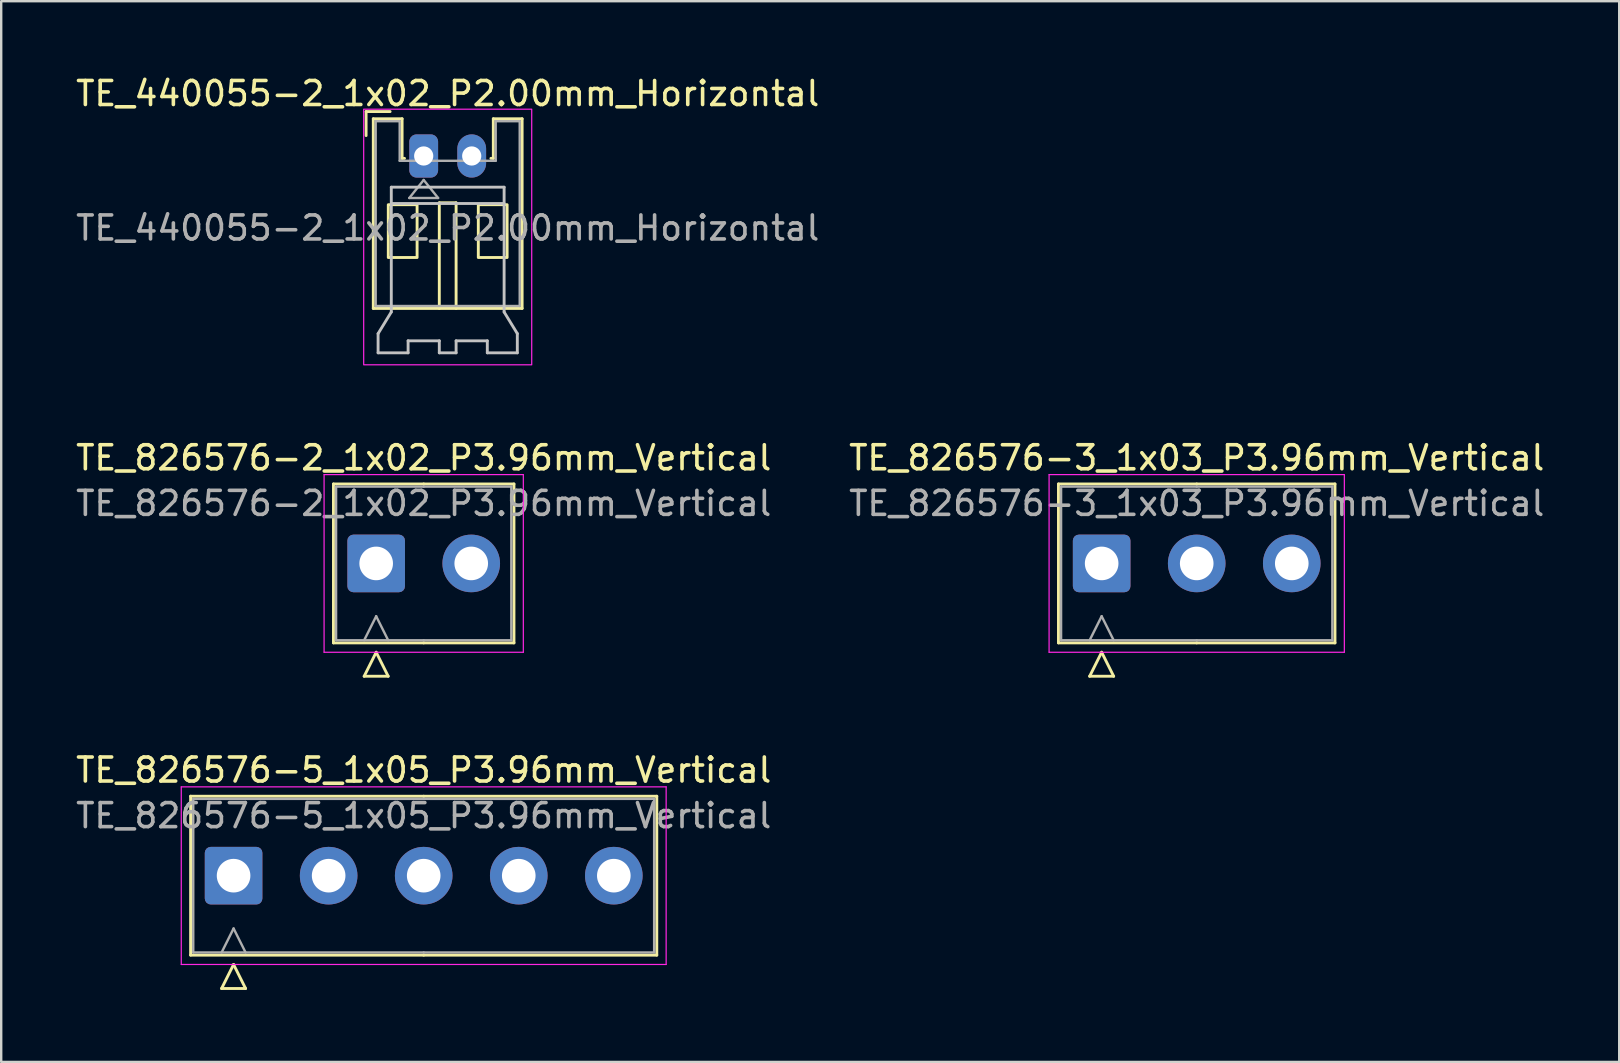
<source format=kicad_pcb>
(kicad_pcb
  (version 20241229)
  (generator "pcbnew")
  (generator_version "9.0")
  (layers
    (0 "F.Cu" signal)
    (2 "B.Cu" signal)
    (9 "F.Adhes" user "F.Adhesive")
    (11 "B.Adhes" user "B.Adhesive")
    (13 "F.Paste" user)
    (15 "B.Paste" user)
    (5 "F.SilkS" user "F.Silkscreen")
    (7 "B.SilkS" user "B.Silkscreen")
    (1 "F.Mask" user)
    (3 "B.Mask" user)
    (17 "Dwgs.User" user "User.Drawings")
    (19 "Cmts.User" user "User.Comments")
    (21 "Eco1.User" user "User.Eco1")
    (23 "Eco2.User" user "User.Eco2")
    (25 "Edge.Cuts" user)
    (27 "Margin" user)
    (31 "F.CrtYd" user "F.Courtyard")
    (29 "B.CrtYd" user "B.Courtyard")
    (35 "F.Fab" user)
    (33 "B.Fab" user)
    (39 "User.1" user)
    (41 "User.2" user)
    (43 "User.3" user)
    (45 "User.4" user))
  (footprint "TE_826576-3_1x03_P3.96mm_Vertical"
    (layer "F.Cu")
    (at 42.844 20.422)
    (property "Reference" "TE_826576-3_1x03_P3.96mm_Vertical" (at 3.96 -4.4 0) (layer "F.SilkS") (effects (font (size 1 1) (thickness 0.15))))
    (attr through_hole)
    (fp_line (start -1.8 -3.31) (end -1.8 3.31) (stroke (width 0.12) (type solid)) (layer "F.SilkS"))
    (fp_line (start -1.8 3.31) (end 3.96 3.31) (stroke (width 0.12) (type solid)) (layer "F.SilkS"))
    (fp_line (start -0.5 4.7) (end 0 3.7) (stroke (width 0.12) (type solid)) (layer "F.SilkS"))
    (fp_line (start 0 3.7) (end 0.5 4.7) (stroke (width 0.12) (type solid)) (layer "F.SilkS"))
    (fp_line (start 0.5 4.7) (end -0.5 4.7) (stroke (width 0.12) (type solid)) (layer "F.SilkS"))
    (fp_line (start 3.96 -3.31) (end -1.8 -3.31) (stroke (width 0.12) (type solid)) (layer "F.SilkS"))
    (fp_line (start 3.96 -3.31) (end 9.72 -3.31) (stroke (width 0.12) (type solid)) (layer "F.SilkS"))
    (fp_line (start 9.72 -3.31) (end 9.72 3.31) (stroke (width 0.12) (type solid)) (layer "F.SilkS"))
    (fp_line (start 9.72 3.31) (end 3.96 3.31) (stroke (width 0.12) (type solid)) (layer "F.SilkS"))
    (fp_line (start -2.19 -3.7) (end -2.19 3.7) (stroke (width 0.05) (type solid)) (layer "F.CrtYd"))
    (fp_line (start -2.19 3.7) (end 10.11 3.7) (stroke (width 0.05) (type solid)) (layer "F.CrtYd"))
    (fp_line (start 10.11 -3.7) (end -2.19 -3.7) (stroke (width 0.05) (type solid)) (layer "F.CrtYd"))
    (fp_line (start 10.11 3.7) (end 10.11 -3.7) (stroke (width 0.05) (type solid)) (layer "F.CrtYd"))
    (fp_line (start -1.69 -3.2) (end -1.69 3.2) (stroke (width 0.1) (type solid)) (layer "F.Fab"))
    (fp_line (start -1.69 3.2) (end 3.96 3.2) (stroke (width 0.1) (type solid)) (layer "F.Fab"))
    (fp_line (start -0.5 3.2) (end 0 2.2) (stroke (width 0.1) (type solid)) (layer "F.Fab"))
    (fp_line (start 0 2.2) (end 0.5 3.2) (stroke (width 0.1) (type solid)) (layer "F.Fab"))
    (fp_line (start 3.96 -3.2) (end -1.69 -3.2) (stroke (width 0.1) (type solid)) (layer "F.Fab"))
    (fp_line (start 3.96 -3.2) (end 9.61 -3.2) (stroke (width 0.1) (type solid)) (layer "F.Fab"))
    (fp_line (start 9.61 -3.2) (end 9.61 3.2) (stroke (width 0.1) (type solid)) (layer "F.Fab"))
    (fp_line (start 9.61 3.2) (end 3.96 3.2) (stroke (width 0.1) (type solid)) (layer "F.Fab"))
    (fp_text user "${REFERENCE}" (at 3.96 -2.5 0) (layer "F.Fab") (effects (font (size 1 1) (thickness 0.15))))
    (pad "1" thru_hole roundrect (at 0 0) (size 2.4 2.4) (drill 1.4) (layers "*.Cu" "*.Mask") (roundrect_rratio 0.104))
    (pad "2" thru_hole circle (at 3.96 0) (size 2.4 2.4) (drill 1.4) (layers "*.Cu" "*.Mask"))
    (pad "3" thru_hole circle (at 7.92 0) (size 2.4 2.4) (drill 1.4) (layers "*.Cu" "*.Mask")))
  (footprint "TE_826576-2_1x02_P3.96mm_Vertical"
    (layer "F.Cu")
    (at 12.621 20.422)
    (property "Reference" "TE_826576-2_1x02_P3.96mm_Vertical" (at 1.98 -4.4 0) (layer "F.SilkS") (effects (font (size 1 1) (thickness 0.15))))
    (attr through_hole)
    (fp_line (start -1.78 -3.31) (end -1.78 3.31) (stroke (width 0.12) (type solid)) (layer "F.SilkS"))
    (fp_line (start -1.78 3.31) (end 1.98 3.31) (stroke (width 0.12) (type solid)) (layer "F.SilkS"))
    (fp_line (start -0.5 4.7) (end 0 3.7) (stroke (width 0.12) (type solid)) (layer "F.SilkS"))
    (fp_line (start 0 3.7) (end 0.5 4.7) (stroke (width 0.12) (type solid)) (layer "F.SilkS"))
    (fp_line (start 0.5 4.7) (end -0.5 4.7) (stroke (width 0.12) (type solid)) (layer "F.SilkS"))
    (fp_line (start 1.98 -3.31) (end -1.78 -3.31) (stroke (width 0.12) (type solid)) (layer "F.SilkS"))
    (fp_line (start 1.98 -3.31) (end 5.74 -3.31) (stroke (width 0.12) (type solid)) (layer "F.SilkS"))
    (fp_line (start 5.74 -3.31) (end 5.74 3.31) (stroke (width 0.12) (type solid)) (layer "F.SilkS"))
    (fp_line (start 5.74 3.31) (end 1.98 3.31) (stroke (width 0.12) (type solid)) (layer "F.SilkS"))
    (fp_line (start -2.17 -3.7) (end -2.17 3.7) (stroke (width 0.05) (type solid)) (layer "F.CrtYd"))
    (fp_line (start -2.17 3.7) (end 6.13 3.7) (stroke (width 0.05) (type solid)) (layer "F.CrtYd"))
    (fp_line (start 6.13 -3.7) (end -2.17 -3.7) (stroke (width 0.05) (type solid)) (layer "F.CrtYd"))
    (fp_line (start 6.13 3.7) (end 6.13 -3.7) (stroke (width 0.05) (type solid)) (layer "F.CrtYd"))
    (fp_line (start -1.67 -3.2) (end -1.67 3.2) (stroke (width 0.1) (type solid)) (layer "F.Fab"))
    (fp_line (start -1.67 3.2) (end 1.98 3.2) (stroke (width 0.1) (type solid)) (layer "F.Fab"))
    (fp_line (start -0.5 3.2) (end 0 2.2) (stroke (width 0.1) (type solid)) (layer "F.Fab"))
    (fp_line (start 0 2.2) (end 0.5 3.2) (stroke (width 0.1) (type solid)) (layer "F.Fab"))
    (fp_line (start 1.98 -3.2) (end -1.67 -3.2) (stroke (width 0.1) (type solid)) (layer "F.Fab"))
    (fp_line (start 1.98 -3.2) (end 5.63 -3.2) (stroke (width 0.1) (type solid)) (layer "F.Fab"))
    (fp_line (start 5.63 -3.2) (end 5.63 3.2) (stroke (width 0.1) (type solid)) (layer "F.Fab"))
    (fp_line (start 5.63 3.2) (end 1.98 3.2) (stroke (width 0.1) (type solid)) (layer "F.Fab"))
    (fp_text user "${REFERENCE}" (at 1.98 -2.5 0) (layer "F.Fab") (effects (font (size 1 1) (thickness 0.15))))
    (pad "1" thru_hole roundrect (at 0 0) (size 2.4 2.4) (drill 1.4) (layers "*.Cu" "*.Mask") (roundrect_rratio 0.104))
    (pad "2" thru_hole circle (at 3.96 0) (size 2.4 2.4) (drill 1.4) (layers "*.Cu" "*.Mask")))
  (footprint "TE_826576-5_1x05_P3.96mm_Vertical"
    (layer "F.Cu")
    (at 6.681 33.43)
    (property "Reference" "TE_826576-5_1x05_P3.96mm_Vertical" (at 7.92 -4.4 0) (layer "F.SilkS") (effects (font (size 1 1) (thickness 0.15))))
    (attr through_hole)
    (fp_line (start -1.79 -3.31) (end -1.79 3.31) (stroke (width 0.12) (type solid)) (layer "F.SilkS"))
    (fp_line (start -1.79 3.31) (end 7.92 3.31) (stroke (width 0.12) (type solid)) (layer "F.SilkS"))
    (fp_line (start -0.5 4.7) (end 0 3.7) (stroke (width 0.12) (type solid)) (layer "F.SilkS"))
    (fp_line (start 0 3.7) (end 0.5 4.7) (stroke (width 0.12) (type solid)) (layer "F.SilkS"))
    (fp_line (start 0.5 4.7) (end -0.5 4.7) (stroke (width 0.12) (type solid)) (layer "F.SilkS"))
    (fp_line (start 7.92 -3.31) (end -1.79 -3.31) (stroke (width 0.12) (type solid)) (layer "F.SilkS"))
    (fp_line (start 7.92 -3.31) (end 17.63 -3.31) (stroke (width 0.12) (type solid)) (layer "F.SilkS"))
    (fp_line (start 17.63 -3.31) (end 17.63 3.31) (stroke (width 0.12) (type solid)) (layer "F.SilkS"))
    (fp_line (start 17.63 3.31) (end 7.92 3.31) (stroke (width 0.12) (type solid)) (layer "F.SilkS"))
    (fp_line (start -2.18 -3.7) (end -2.18 3.7) (stroke (width 0.05) (type solid)) (layer "F.CrtYd"))
    (fp_line (start -2.18 3.7) (end 18.02 3.7) (stroke (width 0.05) (type solid)) (layer "F.CrtYd"))
    (fp_line (start 18.02 -3.7) (end -2.18 -3.7) (stroke (width 0.05) (type solid)) (layer "F.CrtYd"))
    (fp_line (start 18.02 3.7) (end 18.02 -3.7) (stroke (width 0.05) (type solid)) (layer "F.CrtYd"))
    (fp_line (start -1.68 -3.2) (end -1.68 3.2) (stroke (width 0.1) (type solid)) (layer "F.Fab"))
    (fp_line (start -1.68 3.2) (end 7.92 3.2) (stroke (width 0.1) (type solid)) (layer "F.Fab"))
    (fp_line (start -0.5 3.2) (end 0 2.2) (stroke (width 0.1) (type solid)) (layer "F.Fab"))
    (fp_line (start 0 2.2) (end 0.5 3.2) (stroke (width 0.1) (type solid)) (layer "F.Fab"))
    (fp_line (start 7.92 -3.2) (end -1.68 -3.2) (stroke (width 0.1) (type solid)) (layer "F.Fab"))
    (fp_line (start 7.92 -3.2) (end 17.52 -3.2) (stroke (width 0.1) (type solid)) (layer "F.Fab"))
    (fp_line (start 17.52 -3.2) (end 17.52 3.2) (stroke (width 0.1) (type solid)) (layer "F.Fab"))
    (fp_line (start 17.52 3.2) (end 7.92 3.2) (stroke (width 0.1) (type solid)) (layer "F.Fab"))
    (fp_text user "${REFERENCE}" (at 7.92 -2.5 0) (layer "F.Fab") (effects (font (size 1 1) (thickness 0.15))))
    (pad "1" thru_hole roundrect (at 0 0) (size 2.4 2.4) (drill 1.4) (layers "*.Cu" "*.Mask") (roundrect_rratio 0.104))
    (pad "2" thru_hole circle (at 3.96 0) (size 2.4 2.4) (drill 1.4) (layers "*.Cu" "*.Mask"))
    (pad "3" thru_hole circle (at 7.92 0) (size 2.4 2.4) (drill 1.4) (layers "*.Cu" "*.Mask"))
    (pad "4" thru_hole circle (at 11.88 0) (size 2.4 2.4) (drill 1.4) (layers "*.Cu" "*.Mask"))
    (pad "5" thru_hole circle (at 15.84 0) (size 2.4 2.4) (drill 1.4) (layers "*.Cu" "*.Mask")))
  (footprint "TE_440055-2_1x02_P2.00mm_Horizontal"
    (layer "F.Cu")
    (at 14.601 3.448)
    (property "Reference" "TE_440055-2_1x02_P2.00mm_Horizontal" (at 1 -2.6 0) (unlocked yes) (layer "F.SilkS") (effects (font (size 1 1) (thickness 0.15))))
    (attr through_hole)
    (fp_line (start -2.4 -1.85) (end -2.4 -0.85) (stroke (width 0.12) (type solid)) (layer "F.SilkS"))
    (fp_line (start -2.4 -1.85) (end -1.4 -1.85) (stroke (width 0.12) (type solid)) (layer "F.SilkS"))
    (fp_line (start -2.1 -1.55) (end -2.1 6.35) (stroke (width 0.12) (type solid)) (layer "F.SilkS"))
    (fp_line (start -2.1 6.35) (end 4.1 6.35) (stroke (width 0.12) (type solid)) (layer "F.SilkS"))
    (fp_line (start -0.9 -1.55) (end -2.1 -1.55) (stroke (width 0.12) (type solid)) (layer "F.SilkS"))
    (fp_line (start -0.9 0.1) (end -0.9 -1.55) (stroke (width 0.12) (type solid)) (layer "F.SilkS"))
    (fp_line (start -0.8 0.1) (end -0.9 0.1) (stroke (width 0.12) (type solid)) (layer "F.SilkS"))
    (fp_line (start 0.65 1.95) (end 0.65 6.35) (stroke (width 0.12) (type solid)) (layer "F.SilkS"))
    (fp_line (start 0.65 1.95) (end 1.35 1.95) (stroke (width 0.12) (type solid)) (layer "F.SilkS"))
    (fp_line (start 1.35 1.95) (end 1.35 6.35) (stroke (width 0.12) (type solid)) (layer "F.SilkS"))
    (fp_line (start 2.9 -1.55) (end 2.9 0.1) (stroke (width 0.12) (type solid)) (layer "F.SilkS"))
    (fp_line (start 2.9 0.1) (end 2.8 0.1) (stroke (width 0.12) (type solid)) (layer "F.SilkS"))
    (fp_line (start 4.1 -1.55) (end 2.9 -1.55) (stroke (width 0.12) (type solid)) (layer "F.SilkS"))
    (fp_line (start 4.1 6.35) (end 4.1 -1.55) (stroke (width 0.12) (type solid)) (layer "F.SilkS"))
    (fp_rect (start -1.475 2.03) (end -0.275 4.23) (stroke (width 0.12) (type solid)) (fill no) (layer "F.SilkS"))
    (fp_rect (start 2.275 2.03) (end 3.475 4.23) (stroke (width 0.12) (type solid)) (fill no) (layer "F.SilkS"))
    (fp_line (start -1.9 7.4) (end -1.9 8.2) (stroke (width 0.12) (type solid)) (layer "Dwgs.User"))
    (fp_line (start -1.9 8.2) (end -0.65 8.2) (stroke (width 0.12) (type solid)) (layer "Dwgs.User"))
    (fp_line (start -1.35 1.3) (end 3.35 1.3) (stroke (width 0.12) (type solid)) (layer "Dwgs.User"))
    (fp_line (start -1.35 1.98) (end 3.35 1.98) (stroke (width 0.12) (type solid)) (layer "Dwgs.User"))
    (fp_line (start -1.35 6.5) (end -1.9 7.4) (stroke (width 0.12) (type solid)) (layer "Dwgs.User"))
    (fp_line (start -1.35 6.5) (end -1.35 1.3) (stroke (width 0.12) (type solid)) (layer "Dwgs.User"))
    (fp_line (start -0.65 8.2) (end -0.65 7.7) (stroke (width 0.12) (type solid)) (layer "Dwgs.User"))
    (fp_line (start 0.65 7.7) (end -0.65 7.7) (stroke (width 0.12) (type solid)) (layer "Dwgs.User"))
    (fp_line (start 0.65 7.7) (end 0.65 8.2) (stroke (width 0.12) (type solid)) (layer "Dwgs.User"))
    (fp_line (start 0.65 8.2) (end 1.35 8.2) (stroke (width 0.12) (type solid)) (layer "Dwgs.User"))
    (fp_line (start 1.35 7.7) (end 1.35 8.2) (stroke (width 0.12) (type solid)) (layer "Dwgs.User"))
    (fp_line (start 2.65 7.7) (end 1.35 7.7) (stroke (width 0.12) (type solid)) (layer "Dwgs.User"))
    (fp_line (start 2.65 7.7) (end 2.65 8.2) (stroke (width 0.12) (type solid)) (layer "Dwgs.User"))
    (fp_line (start 2.65 8.2) (end 3.9 8.2) (stroke (width 0.12) (type solid)) (layer "Dwgs.User"))
    (fp_line (start 3.35 6.5) (end 3.35 1.3) (stroke (width 0.12) (type solid)) (layer "Dwgs.User"))
    (fp_line (start 3.35 6.5) (end 3.9 7.4) (stroke (width 0.12) (type solid)) (layer "Dwgs.User"))
    (fp_line (start 3.9 7.4) (end 3.9 8.2) (stroke (width 0.12) (type solid)) (layer "Dwgs.User"))
    (fp_rect (start -2.5 -1.95) (end 4.5 8.7) (stroke (width 0.05) (type solid)) (fill no) (layer "F.CrtYd"))
    (fp_line (start -2 -1.45) (end -2 6.25) (stroke (width 0.1) (type solid)) (layer "F.Fab"))
    (fp_line (start -2 -1.45) (end -1 -1.45) (stroke (width 0.1) (type solid)) (layer "F.Fab"))
    (fp_line (start -1 0.2) (end -1 -1.45) (stroke (width 0.1) (type solid)) (layer "F.Fab"))
    (fp_line (start -1 0.2) (end 3 0.2) (stroke (width 0.1) (type solid)) (layer "F.Fab"))
    (fp_line (start -0.6 1.75) (end 0 1) (stroke (width 0.1) (type solid)) (layer "F.Fab"))
    (fp_line (start -0.6 1.75) (end 0.6 1.75) (stroke (width 0.1) (type solid)) (layer "F.Fab"))
    (fp_line (start 0 1) (end 0.6 1.75) (stroke (width 0.1) (type solid)) (layer "F.Fab"))
    (fp_line (start 3 -1.45) (end 3 0.2) (stroke (width 0.1) (type solid)) (layer "F.Fab"))
    (fp_line (start 3 -1.45) (end 4 -1.45) (stroke (width 0.1) (type solid)) (layer "F.Fab"))
    (fp_line (start 4 6.25) (end -2 6.25) (stroke (width 0.1) (type solid)) (layer "F.Fab"))
    (fp_line (start 4 6.25) (end 4 -1.45) (stroke (width 0.1) (type solid)) (layer "F.Fab"))
    (fp_text user "${REFERENCE}" (at 1 3 0) (unlocked yes) (layer "F.Fab") (effects (font (size 1 1) (thickness 0.15))))
    (pad "1" thru_hole roundrect (at 0 0) (size 1.2 1.8) (drill 0.8) (layers "*.Cu" "*.Mask") (roundrect_rratio 0.25))
    (pad "2" thru_hole oval (at 2 0) (size 1.2 1.8) (drill 0.8) (layers "*.Cu" "*.Mask")))
  (gr_rect
    (start -3 -3)
    (end 64.405 41.19)
    (stroke (width 0.1) (type default))
    (fill no)
    (layer "Edge.Cuts")))
</source>
